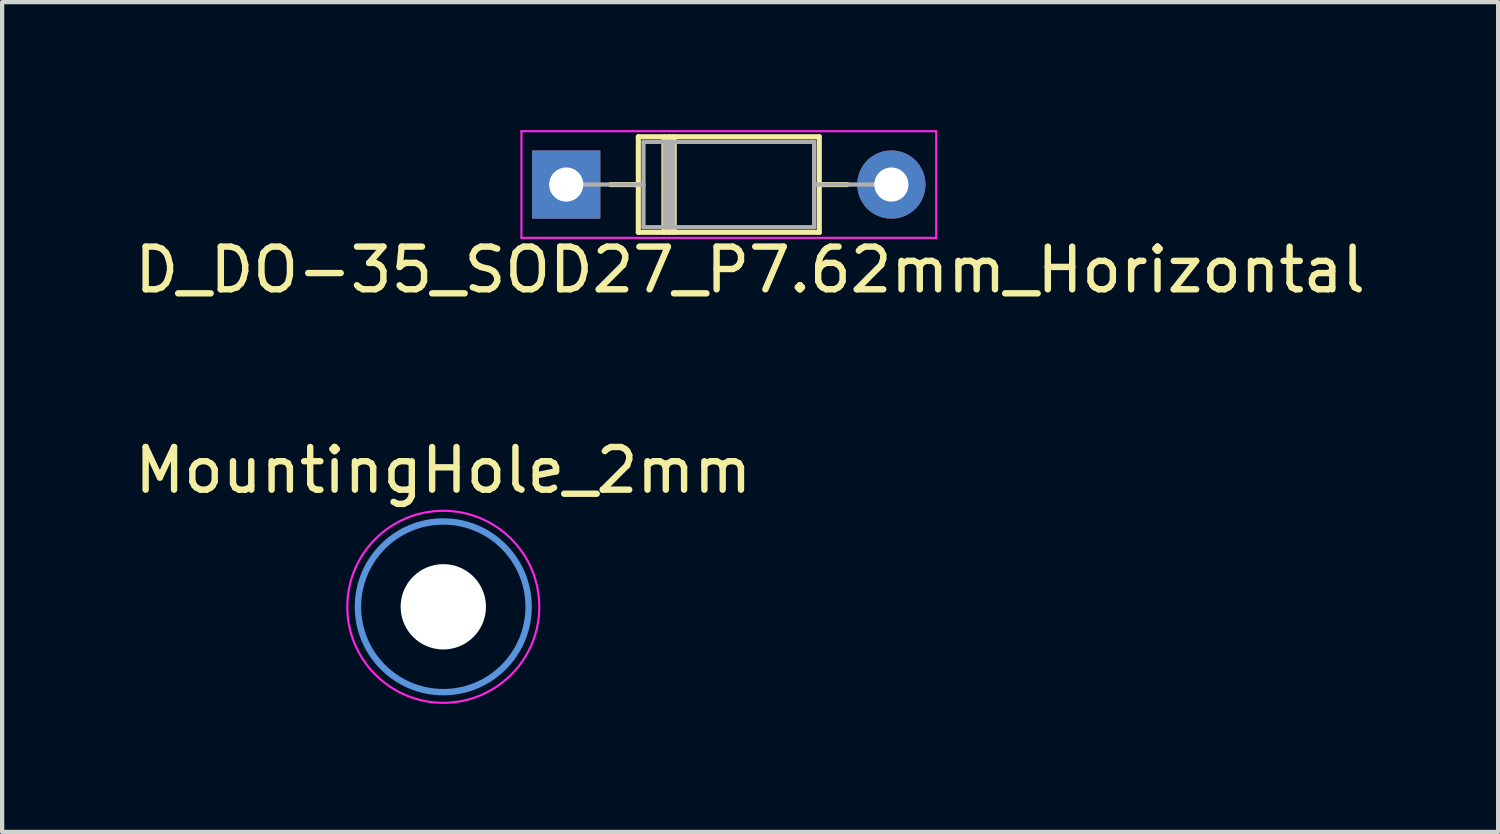
<source format=kicad_pcb>
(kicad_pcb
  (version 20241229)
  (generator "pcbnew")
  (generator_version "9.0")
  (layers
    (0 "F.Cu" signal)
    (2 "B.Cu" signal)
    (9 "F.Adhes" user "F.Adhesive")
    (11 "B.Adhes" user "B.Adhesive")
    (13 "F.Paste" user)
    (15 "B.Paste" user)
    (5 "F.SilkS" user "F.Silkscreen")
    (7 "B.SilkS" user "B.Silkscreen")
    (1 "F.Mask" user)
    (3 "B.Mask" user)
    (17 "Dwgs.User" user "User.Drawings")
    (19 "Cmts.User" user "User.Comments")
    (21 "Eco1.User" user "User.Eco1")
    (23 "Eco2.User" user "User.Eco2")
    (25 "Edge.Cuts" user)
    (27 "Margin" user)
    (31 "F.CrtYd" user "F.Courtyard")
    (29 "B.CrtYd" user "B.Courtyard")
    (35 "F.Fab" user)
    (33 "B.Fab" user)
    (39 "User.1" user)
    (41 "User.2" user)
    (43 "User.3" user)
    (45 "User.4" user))
  (footprint "MountingHole_2mm"
    (layer "F.Cu")
    (at 7.339 11.171)
    (property "Reference" "MountingHole_2mm" (at 0 -3.2 0) (layer "F.SilkS") (effects (font (size 1 1) (thickness 0.15))))
    (attr exclude_from_pos_files exclude_from_bom)
    (fp_circle (center 0 0) (end 2 0) (stroke (width 0.15) (type solid)) (fill no) (layer "Cmts.User"))
    (fp_circle (center 0 0) (end 2.25 0) (stroke (width 0.05) (type solid)) (fill no) (layer "F.CrtYd"))
    (pad "" np_thru_hole circle (at 0 0) (size 2 2) (drill 2) (layers "*.Cu" "*.Mask")))
  (footprint "D_DO-35_SOD27_P7.62mm_Horizontal"
    (layer "F.Cu")
    (at 10.22 1.275)
    (property "Reference" "D_DO-35_SOD27_P7.62mm_Horizontal" (at 4.31 2 0) (layer "F.SilkS") (effects (font (size 1 1) (thickness 0.15))))
    (attr through_hole)
    (fp_line (start 1.04 0) (end 1.69 0) (stroke (width 0.12) (type solid)) (layer "F.SilkS"))
    (fp_line (start 1.69 -1.12) (end 1.69 1.12) (stroke (width 0.12) (type solid)) (layer "F.SilkS"))
    (fp_line (start 1.69 1.12) (end 5.93 1.12) (stroke (width 0.12) (type solid)) (layer "F.SilkS"))
    (fp_line (start 2.29 -1.12) (end 2.29 1.12) (stroke (width 0.12) (type solid)) (layer "F.SilkS"))
    (fp_line (start 2.41 -1.12) (end 2.41 1.12) (stroke (width 0.12) (type solid)) (layer "F.SilkS"))
    (fp_line (start 2.53 -1.12) (end 2.53 1.12) (stroke (width 0.12) (type solid)) (layer "F.SilkS"))
    (fp_line (start 5.93 -1.12) (end 1.69 -1.12) (stroke (width 0.12) (type solid)) (layer "F.SilkS"))
    (fp_line (start 5.93 1.12) (end 5.93 -1.12) (stroke (width 0.12) (type solid)) (layer "F.SilkS"))
    (fp_line (start 6.58 0) (end 5.93 0) (stroke (width 0.12) (type solid)) (layer "F.SilkS"))
    (fp_line (start -1.05 -1.25) (end -1.05 1.25) (stroke (width 0.05) (type solid)) (layer "F.CrtYd"))
    (fp_line (start -1.05 1.25) (end 8.67 1.25) (stroke (width 0.05) (type solid)) (layer "F.CrtYd"))
    (fp_line (start 8.67 -1.25) (end -1.05 -1.25) (stroke (width 0.05) (type solid)) (layer "F.CrtYd"))
    (fp_line (start 8.67 1.25) (end 8.67 -1.25) (stroke (width 0.05) (type solid)) (layer "F.CrtYd"))
    (fp_line (start 0 0) (end 1.81 0) (stroke (width 0.1) (type solid)) (layer "F.Fab"))
    (fp_line (start 1.81 -1) (end 1.81 1) (stroke (width 0.1) (type solid)) (layer "F.Fab"))
    (fp_line (start 1.81 1) (end 5.81 1) (stroke (width 0.1) (type solid)) (layer "F.Fab"))
    (fp_line (start 2.31 -1) (end 2.31 1) (stroke (width 0.1) (type solid)) (layer "F.Fab"))
    (fp_line (start 2.41 -1) (end 2.41 1) (stroke (width 0.1) (type solid)) (layer "F.Fab"))
    (fp_line (start 2.51 -1) (end 2.51 1) (stroke (width 0.1) (type solid)) (layer "F.Fab"))
    (fp_line (start 5.81 -1) (end 1.81 -1) (stroke (width 0.1) (type solid)) (layer "F.Fab"))
    (fp_line (start 5.81 1) (end 5.81 -1) (stroke (width 0.1) (type solid)) (layer "F.Fab"))
    (fp_line (start 7.62 0) (end 5.81 0) (stroke (width 0.1) (type solid)) (layer "F.Fab"))
    (pad "1" thru_hole rect (at 0 0) (size 1.6 1.6) (drill 0.8) (layers "*.Cu" "*.Mask"))
    (pad "2" thru_hole oval (at 7.62 0) (size 1.6 1.6) (drill 0.8) (layers "*.Cu" "*.Mask")))
  (gr_rect
    (start -3 -3)
    (end 32.06 16.447)
    (stroke (width 0.1) (type default))
    (fill no)
    (layer "Edge.Cuts")))
</source>
